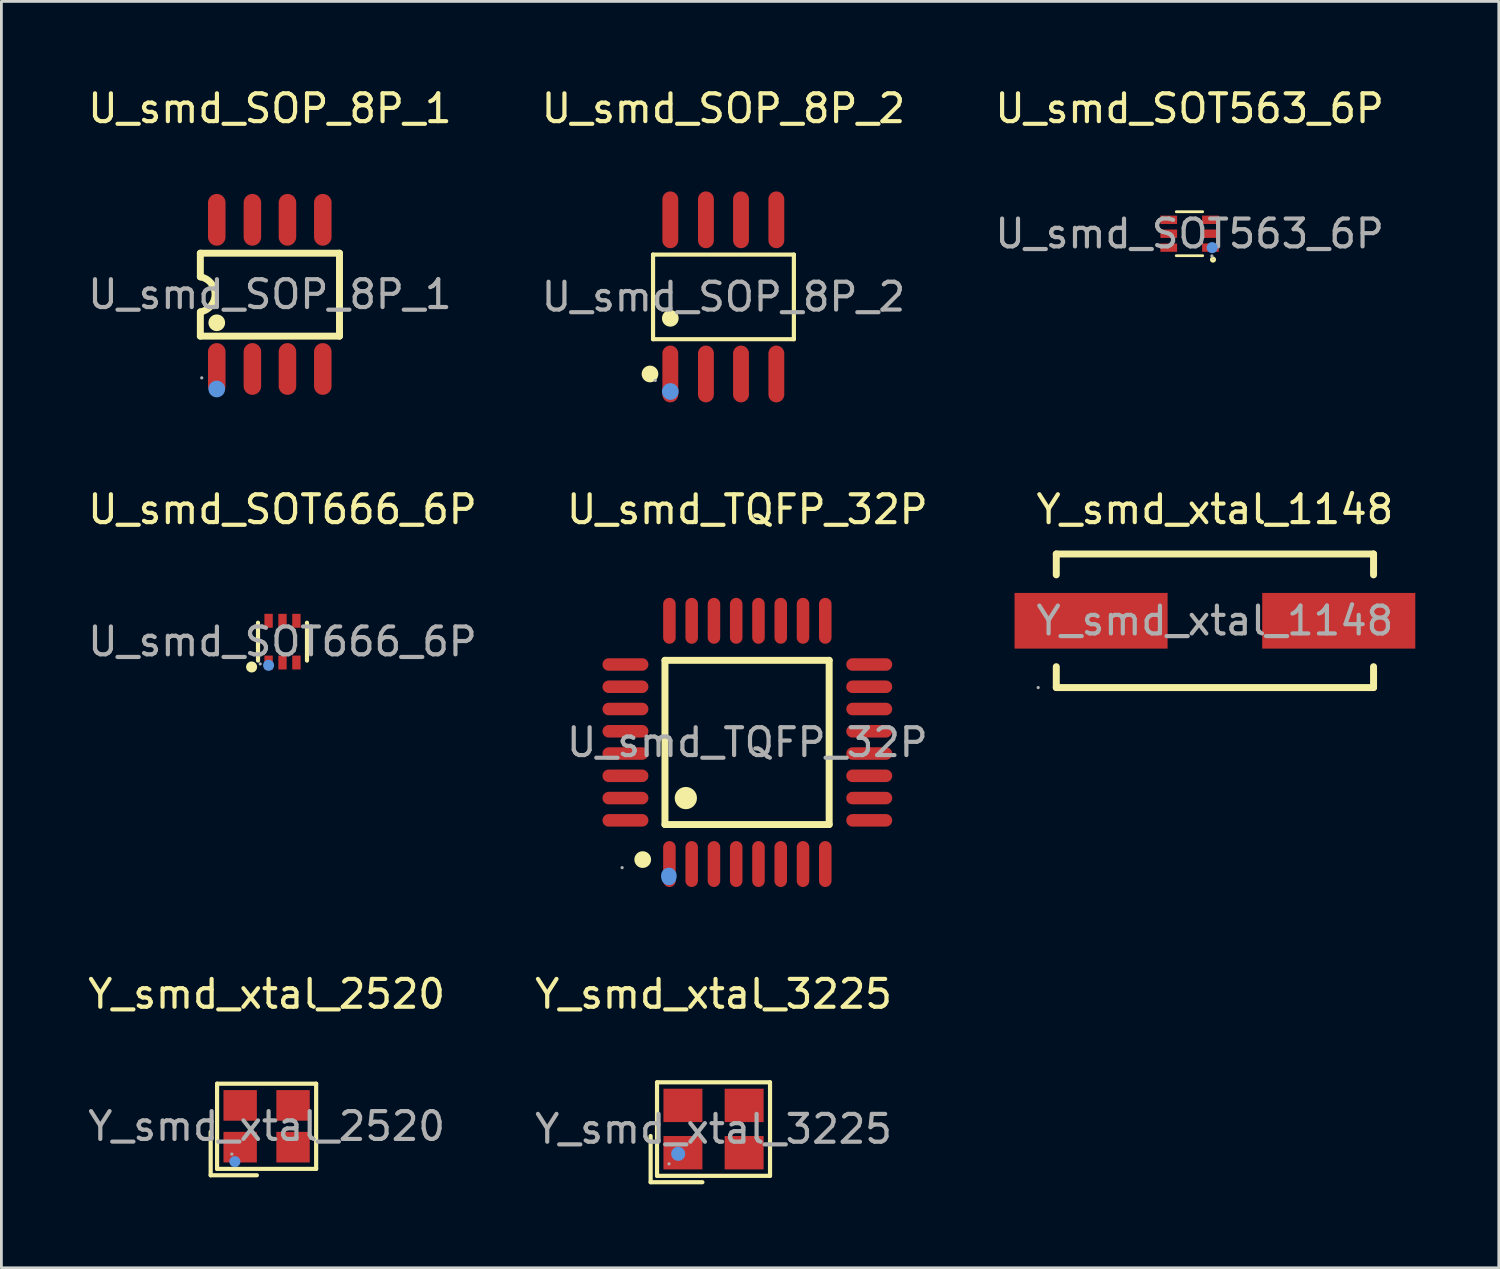
<source format=kicad_pcb>
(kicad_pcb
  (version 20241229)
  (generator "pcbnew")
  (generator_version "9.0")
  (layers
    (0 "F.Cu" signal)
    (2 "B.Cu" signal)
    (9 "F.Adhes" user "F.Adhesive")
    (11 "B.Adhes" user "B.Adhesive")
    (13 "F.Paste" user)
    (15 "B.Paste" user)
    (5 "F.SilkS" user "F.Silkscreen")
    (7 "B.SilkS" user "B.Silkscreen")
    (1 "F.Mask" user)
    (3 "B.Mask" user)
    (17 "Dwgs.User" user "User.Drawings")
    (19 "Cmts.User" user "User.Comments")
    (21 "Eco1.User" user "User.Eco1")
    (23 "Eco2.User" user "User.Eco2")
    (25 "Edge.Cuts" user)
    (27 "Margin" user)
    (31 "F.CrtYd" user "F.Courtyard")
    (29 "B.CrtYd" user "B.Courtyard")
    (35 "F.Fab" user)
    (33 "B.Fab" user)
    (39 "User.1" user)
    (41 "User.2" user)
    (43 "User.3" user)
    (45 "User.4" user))
  (footprint "Y_smd_xtal_2520"
    (layer "F.Cu")
    (at 6.53 37.42)
    (property "Reference" "Y_smd_xtal_2520" (at 0 -4.75 0) (layer "F.SilkS") (effects (font (size 1 1) (thickness 0.15))))
    (attr smd)
    (fp_line (start -2.01 0.2) (end -2.01 1.76) (stroke (width 0.15) (type solid)) (layer "F.SilkS"))
    (fp_line (start -2.01 1.76) (end -0.35 1.76) (stroke (width 0.15) (type solid)) (layer "F.SilkS"))
    (fp_line (start -1.78 -1.53) (end 1.78 -1.53) (stroke (width 0.15) (type solid)) (layer "F.SilkS"))
    (fp_line (start -1.78 1.53) (end -1.78 -1.53) (stroke (width 0.15) (type solid)) (layer "F.SilkS"))
    (fp_line (start 1.78 -1.53) (end 1.78 1.53) (stroke (width 0.15) (type solid)) (layer "F.SilkS"))
    (fp_line (start 1.78 1.53) (end -1.78 1.53) (stroke (width 0.15) (type solid)) (layer "F.SilkS"))
    (fp_circle (center -1.14 1.27) (end -1.04 1.27) (stroke (width 0.2) (type solid)) (fill no) (layer "Cmts.User"))
    (fp_circle (center -1.25 1) (end -1.22 1) (stroke (width 0.06) (type solid)) (fill no) (layer "F.Fab"))
    (fp_text user "${REFERENCE}" (at 0 0 0) (layer "F.Fab") (effects (font (size 1 1) (thickness 0.15))))
    (pad "1" smd rect (at -0.95 0.75) (size 1.2 1.1) (layers "F.Cu" "F.Mask" "F.Paste"))
    (pad "2" smd rect (at 0.95 0.75) (size 1.2 1.1) (layers "F.Cu" "F.Mask" "F.Paste"))
    (pad "3" smd rect (at 0.95 -0.75) (size 1.2 1.1) (layers "F.Cu" "F.Mask" "F.Paste"))
    (pad "4" smd rect (at -0.95 -0.75) (size 1.2 1.1) (layers "F.Cu" "F.Mask" "F.Paste")))
  (footprint "U_smd_SOT666_6P"
    (layer "F.Cu")
    (at 7.101 20.006)
    (property "Reference" "U_smd_SOT666_6P" (at 0 -4.75 0) (layer "F.SilkS") (effects (font (size 1 1) (thickness 0.15))))
    (attr smd)
    (fp_line (start -0.88 0.68) (end -0.88 -0.68) (stroke (width 0.15) (type solid)) (layer "F.SilkS"))
    (fp_line (start 0.88 0.68) (end 0.88 -0.68) (stroke (width 0.15) (type solid)) (layer "F.SilkS"))
    (fp_circle (center -1.11 0.91) (end -1.01 0.91) (stroke (width 0.2) (type solid)) (fill no) (layer "F.SilkS"))
    (fp_circle (center -0.5 0.85) (end -0.4 0.85) (stroke (width 0.2) (type solid)) (fill no) (layer "Cmts.User"))
    (fp_circle (center -0.8 0.8) (end -0.77 0.8) (stroke (width 0.06) (type solid)) (fill no) (layer "F.Fab"))
    (fp_text user "${REFERENCE}" (at 0 0 0) (layer "F.Fab") (effects (font (size 1 1) (thickness 0.15))))
    (pad "1" smd rect (at -0.5 0.75) (size 0.3 0.5) (layers "F.Cu" "F.Mask" "F.Paste"))
    (pad "2" smd rect (at 0 0.75) (size 0.3 0.5) (layers "F.Cu" "F.Mask" "F.Paste"))
    (pad "3" smd rect (at 0.5 0.75) (size 0.3 0.5) (layers "F.Cu" "F.Mask" "F.Paste"))
    (pad "4" smd rect (at 0.5 -0.75) (size 0.3 0.5) (layers "F.Cu" "F.Mask" "F.Paste"))
    (pad "5" smd rect (at 0 -0.75) (size 0.3 0.5) (layers "F.Cu" "F.Mask" "F.Paste"))
    (pad "6" smd rect (at -0.5 -0.75) (size 0.3 0.5) (layers "F.Cu" "F.Mask" "F.Paste")))
  (footprint "U_smd_SOT563_6P"
    (layer "F.Cu")
    (at 39.696 5.348)
    (property "Reference" "U_smd_SOT563_6P" (at 0 -4.5 0) (layer "F.SilkS") (effects (font (size 1 1) (thickness 0.15))))
    (attr smd)
    (fp_line (start -0.48 -0.79) (end 0.47 -0.79) (stroke (width 0.1) (type solid)) (layer "F.SilkS"))
    (fp_line (start -0.48 0.79) (end 0.47 0.79) (stroke (width 0.1) (type solid)) (layer "F.SilkS"))
    (fp_circle (center 0.84 0.93) (end 0.9 0.93) (stroke (width 0.1) (type solid)) (fill no) (layer "F.SilkS"))
    (fp_circle (center 0.81 0.5) (end 0.91 0.5) (stroke (width 0.2) (type solid)) (fill no) (layer "Cmts.User"))
    (fp_circle (center 0.8 0.8) (end 0.83 0.8) (stroke (width 0.06) (type solid)) (fill no) (layer "F.Fab"))
    (fp_text user "${REFERENCE}" (at 0 0 0) (layer "F.Fab") (effects (font (size 1 1) (thickness 0.15))))
    (pad "1" smd rect (at 0.75 0.5 90) (size 0.3 0.6) (layers "F.Cu" "F.Mask" "F.Paste"))
    (pad "2" smd rect (at 0.75 0 90) (size 0.3 0.6) (layers "F.Cu" "F.Mask" "F.Paste"))
    (pad "3" smd rect (at 0.75 -0.5 90) (size 0.3 0.6) (layers "F.Cu" "F.Mask" "F.Paste"))
    (pad "4" smd rect (at -0.75 -0.5 90) (size 0.3 0.6) (layers "F.Cu" "F.Mask" "F.Paste"))
    (pad "5" smd rect (at -0.75 0 90) (size 0.3 0.6) (layers "F.Cu" "F.Mask" "F.Paste"))
    (pad "6" smd rect (at -0.75 0.5 90) (size 0.3 0.6) (layers "F.Cu" "F.Mask" "F.Paste")))
  (footprint "U_smd_SOP_8P_1"
    (layer "F.Cu")
    (at 6.649 7.528)
    (property "Reference" "U_smd_SOP_8P_1" (at 0 -6.68 0) (layer "F.SilkS") (effects (font (size 1 1) (thickness 0.15))))
    (attr smd)
    (fp_line (start -2.5 -1.48) (end 2.5 -1.48) (stroke (width 0.25) (type solid)) (layer "F.SilkS"))
    (fp_line (start -2.5 -0.63) (end -2.5 -1.48) (stroke (width 0.25) (type solid)) (layer "F.SilkS"))
    (fp_line (start -2.5 0.63) (end -2.5 1.5) (stroke (width 0.25) (type solid)) (layer "F.SilkS"))
    (fp_line (start -2.5 1.5) (end 2.5 1.5) (stroke (width 0.25) (type solid)) (layer "F.SilkS"))
    (fp_line (start 2.5 1.5) (end 2.5 -1.48) (stroke (width 0.25) (type solid)) (layer "F.SilkS"))
    (fp_arc (start -2.5 -0.63) (mid -1.970474 -0.002632) (end -2.494818 0.629073) (stroke (width 0.25) (type solid)) (layer "F.SilkS"))
    (fp_circle (center -1.91 1.02) (end -1.76 1.02) (stroke (width 0.3) (type solid)) (fill no) (layer "F.SilkS"))
    (fp_circle (center -1.91 3.4) (end -1.76 3.4) (stroke (width 0.3) (type solid)) (fill no) (layer "Cmts.User"))
    (fp_circle (center -2.45 3) (end -2.42 3) (stroke (width 0.06) (type solid)) (fill no) (layer "F.Fab"))
    (fp_text user "${REFERENCE}" (at 0 0 0) (layer "F.Fab") (effects (font (size 1 1) (thickness 0.15))))
    (pad "1" smd oval (at -1.91 2.68) (size 0.63 1.86) (layers "F.Cu" "F.Mask" "F.Paste"))
    (pad "2" smd oval (at -0.63 2.68) (size 0.63 1.86) (layers "F.Cu" "F.Mask" "F.Paste"))
    (pad "3" smd oval (at 0.63 2.68) (size 0.63 1.86) (layers "F.Cu" "F.Mask" "F.Paste"))
    (pad "4" smd oval (at 1.9 2.68) (size 0.63 1.86) (layers "F.Cu" "F.Mask" "F.Paste"))
    (pad "5" smd oval (at 1.9 -2.68) (size 0.63 1.86) (layers "F.Cu" "F.Mask" "F.Paste"))
    (pad "6" smd oval (at 0.63 -2.68) (size 0.63 1.86) (layers "F.Cu" "F.Mask" "F.Paste"))
    (pad "7" smd oval (at -0.63 -2.68) (size 0.63 1.86) (layers "F.Cu" "F.Mask" "F.Paste"))
    (pad "8" smd oval (at -1.91 -2.68) (size 0.63 1.86) (layers "F.Cu" "F.Mask" "F.Paste")))
  (footprint "Y_smd_xtal_1148"
    (layer "F.Cu")
    (at 40.605 19.256)
    (property "Reference" "Y_smd_xtal_1148" (at 0 -4 0) (layer "F.SilkS") (effects (font (size 1 1) (thickness 0.15))))
    (attr smd)
    (fp_line (start -5.7 -2.4) (end -5.7 -1.65) (stroke (width 0.25) (type solid)) (layer "F.SilkS"))
    (fp_line (start -5.7 2.4) (end -5.7 1.65) (stroke (width 0.25) (type solid)) (layer "F.SilkS"))
    (fp_line (start 5.7 -2.4) (end -5.7 -2.4) (stroke (width 0.25) (type solid)) (layer "F.SilkS"))
    (fp_line (start 5.7 -1.65) (end 5.7 -2.4) (stroke (width 0.25) (type solid)) (layer "F.SilkS"))
    (fp_line (start 5.7 1.65) (end 5.7 2.4) (stroke (width 0.25) (type solid)) (layer "F.SilkS"))
    (fp_line (start 5.7 2.4) (end -5.7 2.4) (stroke (width 0.25) (type solid)) (layer "F.SilkS"))
    (fp_circle (center -6.35 2.4) (end -6.32 2.4) (stroke (width 0.06) (type solid)) (fill no) (layer "F.Fab"))
    (fp_text user "${REFERENCE}" (at 0 0 0) (layer "F.Fab") (effects (font (size 1 1) (thickness 0.15))))
    (pad "1" smd rect (at -4.45 0) (size 5.5 2) (layers "F.Cu" "F.Mask" "F.Paste"))
    (pad "2" smd rect (at 4.45 0) (size 5.5 2) (layers "F.Cu" "F.Mask" "F.Paste")))
  (footprint "U_smd_TQFP_32P"
    (layer "F.Cu")
    (at 23.804 23.627)
    (property "Reference" "U_smd_TQFP_32P" (at 0 -8.37 0) (layer "F.SilkS") (effects (font (size 1 1) (thickness 0.15))))
    (attr smd)
    (fp_line (start -2.96 -2.95) (end -2.96 2.95) (stroke (width 0.25) (type solid)) (layer "F.SilkS"))
    (fp_line (start -2.96 2.95) (end 2.94 2.95) (stroke (width 0.25) (type solid)) (layer "F.SilkS"))
    (fp_line (start 2.94 -2.95) (end -2.96 -2.95) (stroke (width 0.25) (type solid)) (layer "F.SilkS"))
    (fp_line (start 2.94 2.95) (end 2.94 -2.95) (stroke (width 0.25) (type solid)) (layer "F.SilkS"))
    (fp_arc (start -3.75 4.06) (mid -3.764995 4.36025) (end -3.760016 4.059667) (stroke (width 0.3) (type solid)) (layer "F.SilkS"))
    (fp_arc (start -2.21 2) (mid -2.21 2) (end -2.21 2) (stroke (width 0.4) (type solid)) (layer "F.SilkS"))
    (fp_arc (start -2.970134 4.819495) (mid -2.819739 4.624758) (end -2.67 4.82) (stroke (width 0.25) (type solid)) (layer "Cmts.User"))
    (fp_arc (start -2.678555 4.825455) (mid -2.822822 5.005575) (end -2.96 4.82) (stroke (width 0.25) (type solid)) (layer "Cmts.User"))
    (fp_circle (center -2.82 4.83) (end -2.69 4.83) (stroke (width 0.25) (type solid)) (fill no) (layer "Cmts.User"))
    (fp_circle (center -4.5 4.5) (end -4.47 4.5) (stroke (width 0.06) (type solid)) (fill no) (layer "F.Fab"))
    (fp_text user "${REFERENCE}" (at 0 0 0) (layer "F.Fab") (effects (font (size 1 1) (thickness 0.15))))
    (pad "1" smd oval (at -2.8 4.37) (size 0.45 1.65) (layers "F.Cu" "F.Mask" "F.Paste"))
    (pad "2" smd oval (at -2 4.37) (size 0.45 1.65) (layers "F.Cu" "F.Mask" "F.Paste"))
    (pad "3" smd oval (at -1.2 4.37) (size 0.45 1.65) (layers "F.Cu" "F.Mask" "F.Paste"))
    (pad "4" smd oval (at -0.4 4.37) (size 0.45 1.65) (layers "F.Cu" "F.Mask" "F.Paste"))
    (pad "5" smd oval (at 0.4 4.37) (size 0.45 1.65) (layers "F.Cu" "F.Mask" "F.Paste"))
    (pad "6" smd oval (at 1.2 4.37) (size 0.45 1.65) (layers "F.Cu" "F.Mask" "F.Paste"))
    (pad "7" smd oval (at 2 4.37) (size 0.45 1.65) (layers "F.Cu" "F.Mask" "F.Paste"))
    (pad "8" smd oval (at 2.8 4.37) (size 0.45 1.65) (layers "F.Cu" "F.Mask" "F.Paste"))
    (pad "9" smd oval (at 4.38 2.8) (size 1.65 0.45) (layers "F.Cu" "F.Mask" "F.Paste"))
    (pad "10" smd oval (at 4.38 2) (size 1.65 0.45) (layers "F.Cu" "F.Mask" "F.Paste"))
    (pad "11" smd oval (at 4.38 1.2) (size 1.65 0.45) (layers "F.Cu" "F.Mask" "F.Paste"))
    (pad "12" smd oval (at 4.38 0.4) (size 1.65 0.45) (layers "F.Cu" "F.Mask" "F.Paste"))
    (pad "13" smd oval (at 4.38 -0.4) (size 1.65 0.45) (layers "F.Cu" "F.Mask" "F.Paste"))
    (pad "14" smd oval (at 4.38 -1.2) (size 1.65 0.45) (layers "F.Cu" "F.Mask" "F.Paste"))
    (pad "15" smd oval (at 4.38 -2) (size 1.65 0.45) (layers "F.Cu" "F.Mask" "F.Paste"))
    (pad "16" smd oval (at 4.38 -2.8) (size 1.65 0.45) (layers "F.Cu" "F.Mask" "F.Paste"))
    (pad "17" smd oval (at 2.8 -4.37) (size 0.45 1.65) (layers "F.Cu" "F.Mask" "F.Paste"))
    (pad "18" smd oval (at 2 -4.37) (size 0.45 1.65) (layers "F.Cu" "F.Mask" "F.Paste"))
    (pad "19" smd oval (at 1.2 -4.37) (size 0.45 1.65) (layers "F.Cu" "F.Mask" "F.Paste"))
    (pad "20" smd oval (at 0.4 -4.37) (size 0.45 1.65) (layers "F.Cu" "F.Mask" "F.Paste"))
    (pad "21" smd oval (at -0.4 -4.37) (size 0.45 1.65) (layers "F.Cu" "F.Mask" "F.Paste"))
    (pad "22" smd oval (at -1.2 -4.37) (size 0.45 1.65) (layers "F.Cu" "F.Mask" "F.Paste"))
    (pad "23" smd oval (at -2 -4.37) (size 0.45 1.65) (layers "F.Cu" "F.Mask" "F.Paste"))
    (pad "24" smd oval (at -2.8 -4.37) (size 0.45 1.65) (layers "F.Cu" "F.Mask" "F.Paste"))
    (pad "25" smd oval (at -4.38 -2.8) (size 1.65 0.45) (layers "F.Cu" "F.Mask" "F.Paste"))
    (pad "26" smd oval (at -4.38 -2) (size 1.65 0.45) (layers "F.Cu" "F.Mask" "F.Paste"))
    (pad "27" smd oval (at -4.38 -1.2) (size 1.65 0.45) (layers "F.Cu" "F.Mask" "F.Paste"))
    (pad "28" smd oval (at -4.38 -0.4) (size 1.65 0.45) (layers "F.Cu" "F.Mask" "F.Paste"))
    (pad "29" smd oval (at -4.38 0.4) (size 1.65 0.45) (layers "F.Cu" "F.Mask" "F.Paste"))
    (pad "30" smd oval (at -4.38 1.2) (size 1.65 0.45) (layers "F.Cu" "F.Mask" "F.Paste"))
    (pad "31" smd oval (at -4.38 2) (size 1.65 0.45) (layers "F.Cu" "F.Mask" "F.Paste"))
    (pad "32" smd oval (at -4.38 2.8) (size 1.65 0.45) (layers "F.Cu" "F.Mask" "F.Paste")))
  (footprint "Y_smd_xtal_3225"
    (layer "F.Cu")
    (at 22.589 37.52)
    (property "Reference" "Y_smd_xtal_3225" (at 0 -4.85 0) (layer "F.SilkS") (effects (font (size 1 1) (thickness 0.15))))
    (attr smd)
    (fp_line (start -2.26 0.25) (end -2.26 1.91) (stroke (width 0.15) (type solid)) (layer "F.SilkS"))
    (fp_line (start -2.26 1.91) (end -0.4 1.91) (stroke (width 0.15) (type solid)) (layer "F.SilkS"))
    (fp_line (start -2.03 -1.68) (end 2.03 -1.68) (stroke (width 0.15) (type solid)) (layer "F.SilkS"))
    (fp_line (start -2.03 1.68) (end -2.03 -1.68) (stroke (width 0.15) (type solid)) (layer "F.SilkS"))
    (fp_line (start 2.03 -1.68) (end 2.03 1.68) (stroke (width 0.15) (type solid)) (layer "F.SilkS"))
    (fp_line (start 2.03 1.68) (end -2.03 1.68) (stroke (width 0.15) (type solid)) (layer "F.SilkS"))
    (fp_circle (center -1.27 0.89) (end -1.14 0.89) (stroke (width 0.25) (type solid)) (fill no) (layer "Cmts.User"))
    (fp_circle (center -1.6 1.25) (end -1.57 1.25) (stroke (width 0.06) (type solid)) (fill no) (layer "F.Fab"))
    (fp_text user "${REFERENCE}" (at 0 0 0) (layer "F.Fab") (effects (font (size 1 1) (thickness 0.15))))
    (pad "1" smd rect (at -1.1 0.85) (size 1.4 1.2) (layers "F.Cu" "F.Mask" "F.Paste"))
    (pad "2" smd rect (at 1.1 0.85) (size 1.4 1.2) (layers "F.Cu" "F.Mask" "F.Paste"))
    (pad "3" smd rect (at 1.1 -0.85) (size 1.4 1.2) (layers "F.Cu" "F.Mask" "F.Paste"))
    (pad "4" smd rect (at -1.1 -0.85) (size 1.4 1.2) (layers "F.Cu" "F.Mask" "F.Paste")))
  (footprint "U_smd_SOP_8P_2"
    (layer "F.Cu")
    (at 22.946 7.618)
    (property "Reference" "U_smd_SOP_8P_2" (at 0 -6.77 0) (layer "F.SilkS") (effects (font (size 1 1) (thickness 0.15))))
    (attr smd)
    (fp_line (start -2.53 -1.52) (end 2.53 -1.52) (stroke (width 0.15) (type solid)) (layer "F.SilkS"))
    (fp_line (start -2.53 1.52) (end -2.53 -1.52) (stroke (width 0.15) (type solid)) (layer "F.SilkS"))
    (fp_line (start 2.53 -1.52) (end 2.53 1.52) (stroke (width 0.15) (type solid)) (layer "F.SilkS"))
    (fp_line (start 2.53 1.52) (end -2.53 1.52) (stroke (width 0.15) (type solid)) (layer "F.SilkS"))
    (fp_circle (center -2.64 2.77) (end -2.49 2.77) (stroke (width 0.3) (type solid)) (fill no) (layer "F.SilkS"))
    (fp_circle (center -1.91 0.77) (end -1.76 0.77) (stroke (width 0.3) (type solid)) (fill no) (layer "F.SilkS"))
    (fp_circle (center -1.91 3.4) (end -1.76 3.4) (stroke (width 0.3) (type solid)) (fill no) (layer "Cmts.User"))
    (fp_circle (center -2.45 3) (end -2.42 3) (stroke (width 0.06) (type solid)) (fill no) (layer "F.Fab"))
    (fp_text user "${REFERENCE}" (at 0 0 0) (layer "F.Fab") (effects (font (size 1 1) (thickness 0.15))))
    (pad "1" smd oval (at -1.91 2.77) (size 0.57 2.04) (layers "F.Cu" "F.Mask" "F.Paste"))
    (pad "2" smd oval (at -0.63 2.77) (size 0.57 2.04) (layers "F.Cu" "F.Mask" "F.Paste"))
    (pad "3" smd oval (at 0.63 2.77) (size 0.57 2.04) (layers "F.Cu" "F.Mask" "F.Paste"))
    (pad "4" smd oval (at 1.9 2.77) (size 0.57 2.04) (layers "F.Cu" "F.Mask" "F.Paste"))
    (pad "5" smd oval (at 1.9 -2.77) (size 0.57 2.04) (layers "F.Cu" "F.Mask" "F.Paste"))
    (pad "6" smd oval (at 0.63 -2.77) (size 0.57 2.04) (layers "F.Cu" "F.Mask" "F.Paste"))
    (pad "7" smd oval (at -0.63 -2.77) (size 0.57 2.04) (layers "F.Cu" "F.Mask" "F.Paste"))
    (pad "8" smd oval (at -1.91 -2.77) (size 0.57 2.04) (layers "F.Cu" "F.Mask" "F.Paste")))
  (gr_rect
    (start -3 -3)
    (end 50.805 42.505)
    (stroke (width 0.1) (type default))
    (fill no)
    (layer "Edge.Cuts")))
</source>
